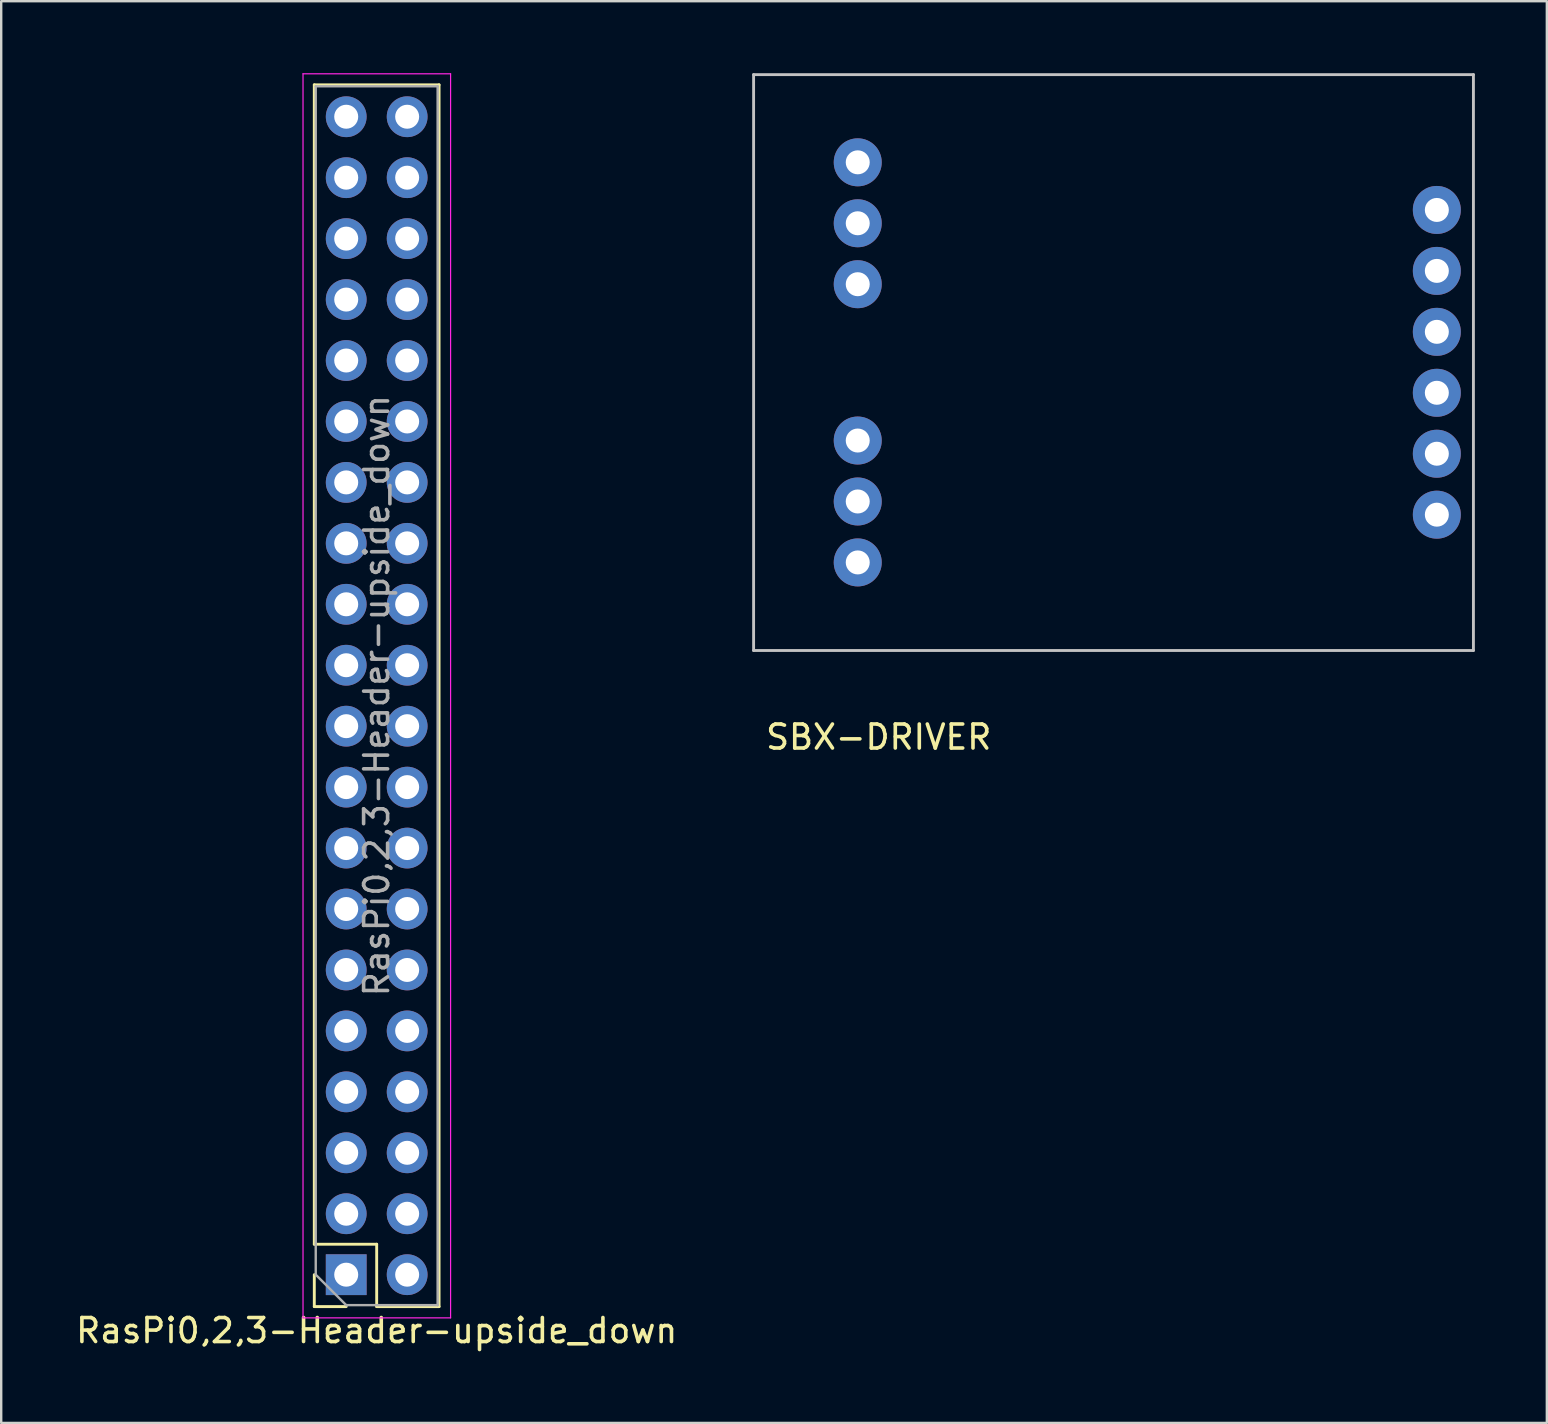
<source format=kicad_pcb>
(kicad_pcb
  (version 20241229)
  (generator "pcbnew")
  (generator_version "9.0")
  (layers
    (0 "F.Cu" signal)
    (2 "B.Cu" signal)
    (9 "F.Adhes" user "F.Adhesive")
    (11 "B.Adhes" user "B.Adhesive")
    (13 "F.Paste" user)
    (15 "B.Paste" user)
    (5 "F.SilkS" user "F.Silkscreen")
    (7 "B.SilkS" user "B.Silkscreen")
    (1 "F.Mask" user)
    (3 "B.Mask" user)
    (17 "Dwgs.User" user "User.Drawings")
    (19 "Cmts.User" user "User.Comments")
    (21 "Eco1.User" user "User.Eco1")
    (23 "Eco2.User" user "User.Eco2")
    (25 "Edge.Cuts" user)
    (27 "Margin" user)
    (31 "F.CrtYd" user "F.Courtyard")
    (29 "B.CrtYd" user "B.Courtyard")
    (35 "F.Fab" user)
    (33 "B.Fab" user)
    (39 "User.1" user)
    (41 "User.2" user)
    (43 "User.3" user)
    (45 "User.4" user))
  (footprint "RasPi0,2,3-Header-upside_down"
    (layer "F.Cu")
    (at 11.379 35.625)
    (property "Reference" "RasPi0,2,3-Header-upside_down" (at 1.27 16.78 180) (layer "F.SilkS") (effects (font (size 1 1) (thickness 0.15))))
    (attr through_hole)
    (fp_line (start -1.33 -35.14) (end 3.87 -35.14) (stroke (width 0.12) (type solid)) (layer "F.SilkS"))
    (fp_line (start -1.33 13.18) (end -1.33 -35.14) (stroke (width 0.12) (type solid)) (layer "F.SilkS"))
    (fp_line (start -1.33 13.18) (end 1.27 13.18) (stroke (width 0.12) (type solid)) (layer "F.SilkS"))
    (fp_line (start -1.33 14.45) (end -1.33 15.78) (stroke (width 0.12) (type solid)) (layer "F.SilkS"))
    (fp_line (start -1.33 15.78) (end 0 15.78) (stroke (width 0.12) (type solid)) (layer "F.SilkS"))
    (fp_line (start 1.27 13.18) (end 1.27 15.78) (stroke (width 0.12) (type solid)) (layer "F.SilkS"))
    (fp_line (start 1.27 15.78) (end 3.87 15.78) (stroke (width 0.12) (type solid)) (layer "F.SilkS"))
    (fp_line (start 3.87 15.78) (end 3.87 -35.14) (stroke (width 0.12) (type solid)) (layer "F.SilkS"))
    (fp_line (start -1.8 -35.6) (end 4.35 -35.6) (stroke (width 0.05) (type solid)) (layer "F.CrtYd"))
    (fp_line (start -1.8 16.25) (end -1.8 -35.6) (stroke (width 0.05) (type solid)) (layer "F.CrtYd"))
    (fp_line (start 4.35 -35.6) (end 4.35 16.25) (stroke (width 0.05) (type solid)) (layer "F.CrtYd"))
    (fp_line (start 4.35 16.25) (end -1.8 16.25) (stroke (width 0.05) (type solid)) (layer "F.CrtYd"))
    (fp_line (start -1.27 -35.08) (end -1.27 14.45) (stroke (width 0.1) (type solid)) (layer "F.Fab"))
    (fp_line (start -1.27 14.45) (end 0 15.72) (stroke (width 0.1) (type solid)) (layer "F.Fab"))
    (fp_line (start 0 15.72) (end 3.81 15.72) (stroke (width 0.1) (type solid)) (layer "F.Fab"))
    (fp_line (start 3.81 -35.08) (end -1.27 -35.08) (stroke (width 0.1) (type solid)) (layer "F.Fab"))
    (fp_line (start 3.81 15.72) (end 3.81 -35.08) (stroke (width 0.1) (type solid)) (layer "F.Fab"))
    (fp_text user "${REFERENCE}" (at 1.27 -9.68 270) (layer "F.Fab") (effects (font (size 1 1) (thickness 0.15))))
    (pad "1" thru_hole rect (at 0 14.45 180) (size 1.7 1.7) (drill 1) (layers "*.Cu" "*.Mask"))
    (pad "2" thru_hole oval (at 2.54 14.45 180) (size 1.7 1.7) (drill 1) (layers "*.Cu" "*.Mask"))
    (pad "3" thru_hole oval (at 0 11.91 180) (size 1.7 1.7) (drill 1) (layers "*.Cu" "*.Mask"))
    (pad "4" thru_hole oval (at 2.54 11.91 180) (size 1.7 1.7) (drill 1) (layers "*.Cu" "*.Mask"))
    (pad "5" thru_hole oval (at 0 9.37 180) (size 1.7 1.7) (drill 1) (layers "*.Cu" "*.Mask"))
    (pad "6" thru_hole oval (at 2.54 9.37 180) (size 1.7 1.7) (drill 1) (layers "*.Cu" "*.Mask"))
    (pad "7" thru_hole oval (at 0 6.83 180) (size 1.7 1.7) (drill 1) (layers "*.Cu" "*.Mask"))
    (pad "8" thru_hole oval (at 2.54 6.83 180) (size 1.7 1.7) (drill 1) (layers "*.Cu" "*.Mask"))
    (pad "9" thru_hole oval (at 0 4.29 180) (size 1.7 1.7) (drill 1) (layers "*.Cu" "*.Mask"))
    (pad "10" thru_hole oval (at 2.54 4.29 180) (size 1.7 1.7) (drill 1) (layers "*.Cu" "*.Mask"))
    (pad "11" thru_hole oval (at 0 1.75 180) (size 1.7 1.7) (drill 1) (layers "*.Cu" "*.Mask"))
    (pad "12" thru_hole oval (at 2.54 1.75 180) (size 1.7 1.7) (drill 1) (layers "*.Cu" "*.Mask"))
    (pad "13" thru_hole oval (at 0 -0.79 180) (size 1.7 1.7) (drill 1) (layers "*.Cu" "*.Mask"))
    (pad "14" thru_hole oval (at 2.54 -0.79 180) (size 1.7 1.7) (drill 1) (layers "*.Cu" "*.Mask"))
    (pad "15" thru_hole oval (at 0 -3.33 180) (size 1.7 1.7) (drill 1) (layers "*.Cu" "*.Mask"))
    (pad "16" thru_hole oval (at 2.54 -3.33 180) (size 1.7 1.7) (drill 1) (layers "*.Cu" "*.Mask"))
    (pad "17" thru_hole oval (at 0 -5.87 180) (size 1.7 1.7) (drill 1) (layers "*.Cu" "*.Mask"))
    (pad "18" thru_hole oval (at 2.54 -5.87 180) (size 1.7 1.7) (drill 1) (layers "*.Cu" "*.Mask"))
    (pad "19" thru_hole oval (at 0 -8.41 180) (size 1.7 1.7) (drill 1) (layers "*.Cu" "*.Mask"))
    (pad "20" thru_hole oval (at 2.54 -8.41 180) (size 1.7 1.7) (drill 1) (layers "*.Cu" "*.Mask"))
    (pad "21" thru_hole oval (at 0 -10.95 180) (size 1.7 1.7) (drill 1) (layers "*.Cu" "*.Mask"))
    (pad "22" thru_hole oval (at 2.54 -10.95 180) (size 1.7 1.7) (drill 1) (layers "*.Cu" "*.Mask"))
    (pad "23" thru_hole oval (at 0 -13.49 180) (size 1.7 1.7) (drill 1) (layers "*.Cu" "*.Mask"))
    (pad "24" thru_hole oval (at 2.54 -13.49 180) (size 1.7 1.7) (drill 1) (layers "*.Cu" "*.Mask"))
    (pad "25" thru_hole oval (at 0 -16.03 180) (size 1.7 1.7) (drill 1) (layers "*.Cu" "*.Mask"))
    (pad "26" thru_hole oval (at 2.54 -16.03 180) (size 1.7 1.7) (drill 1) (layers "*.Cu" "*.Mask"))
    (pad "27" thru_hole oval (at 0 -18.57 180) (size 1.7 1.7) (drill 1) (layers "*.Cu" "*.Mask"))
    (pad "28" thru_hole oval (at 2.54 -18.57 180) (size 1.7 1.7) (drill 1) (layers "*.Cu" "*.Mask"))
    (pad "29" thru_hole oval (at 0 -21.11 180) (size 1.7 1.7) (drill 1) (layers "*.Cu" "*.Mask"))
    (pad "30" thru_hole oval (at 2.54 -21.11 180) (size 1.7 1.7) (drill 1) (layers "*.Cu" "*.Mask"))
    (pad "31" thru_hole oval (at 0 -23.65 180) (size 1.7 1.7) (drill 1) (layers "*.Cu" "*.Mask"))
    (pad "32" thru_hole oval (at 2.54 -23.65 180) (size 1.7 1.7) (drill 1) (layers "*.Cu" "*.Mask"))
    (pad "33" thru_hole oval (at 0 -26.19 180) (size 1.7 1.7) (drill 1) (layers "*.Cu" "*.Mask"))
    (pad "34" thru_hole oval (at 2.54 -26.19 180) (size 1.7 1.7) (drill 1) (layers "*.Cu" "*.Mask"))
    (pad "35" thru_hole oval (at 0 -28.73 180) (size 1.7 1.7) (drill 1) (layers "*.Cu" "*.Mask"))
    (pad "36" thru_hole oval (at 2.54 -28.73 180) (size 1.7 1.7) (drill 1) (layers "*.Cu" "*.Mask"))
    (pad "37" thru_hole oval (at 0 -31.27 180) (size 1.7 1.7) (drill 1) (layers "*.Cu" "*.Mask"))
    (pad "38" thru_hole oval (at 2.54 -31.27 180) (size 1.7 1.7) (drill 1) (layers "*.Cu" "*.Mask"))
    (pad "39" thru_hole oval (at 0 -33.81 180) (size 1.7 1.7) (drill 1) (layers "*.Cu" "*.Mask"))
    (pad "40" thru_hole oval (at 2.54 -33.81 180) (size 1.7 1.7) (drill 1) (layers "*.Cu" "*.Mask")))
  (footprint "SBX-DRIVER"
    (layer "F.Cu")
    (at 32.733 12.06)
    (property "Reference" "SBX-DRIVER" (at 0.84 15.61 180) (layer "F.SilkS") (effects (font (size 1 1) (thickness 0.15))))
    (attr through_hole)
    (fp_line (start -4.375 -12) (end 25.625 -12) (stroke (width 0.12) (type solid)) (layer "Dwgs.User"))
    (fp_line (start -4.375 12) (end -4.375 -12) (stroke (width 0.12) (type solid)) (layer "Dwgs.User"))
    (fp_line (start 25.625 -12) (end 25.625 12) (stroke (width 0.12) (type solid)) (layer "Dwgs.User"))
    (fp_line (start 25.625 12) (end -4.375 12) (stroke (width 0.12) (type solid)) (layer "Dwgs.User"))
    (pad "" thru_hole oval (at -0.035 -5.805 180) (size 2 2) (drill 1) (layers "*.Cu" "*.Mask"))
    (pad "" thru_hole oval (at -0.035 5.79 180) (size 2 2) (drill 1) (layers "*.Cu" "*.Mask"))
    (pad "1" thru_hole circle (at -0.035 8.33 180) (size 2 2) (drill 1) (layers "*.Cu" "*.Mask"))
    (pad "2" thru_hole oval (at -0.035 3.25 180) (size 2 2) (drill 1) (layers "*.Cu" "*.Mask"))
    (pad "3" thru_hole oval (at -0.035 -3.265 180) (size 2 2) (drill 1) (layers "*.Cu" "*.Mask"))
    (pad "4" thru_hole oval (at -0.035 -8.345 180) (size 2 2) (drill 1) (layers "*.Cu" "*.Mask"))
    (pad "5" thru_hole oval (at 24.1 -6.36 180) (size 2 2) (drill 1) (layers "*.Cu" "*.Mask"))
    (pad "6" thru_hole oval (at 24.1 -3.82 180) (size 2 2) (drill 1) (layers "*.Cu" "*.Mask"))
    (pad "7" thru_hole oval (at 24.1 -1.28 180) (size 2 2) (drill 1) (layers "*.Cu" "*.Mask"))
    (pad "8" thru_hole oval (at 24.1 1.26 180) (size 2 2) (drill 1) (layers "*.Cu" "*.Mask"))
    (pad "9" thru_hole oval (at 24.1 3.8 180) (size 2 2) (drill 1) (layers "*.Cu" "*.Mask"))
    (pad "10" thru_hole circle (at 24.1 6.34 180) (size 2 2) (drill 1) (layers "*.Cu" "*.Mask")))
  (gr_rect
    (start -3 -3)
    (end 61.418 56.253)
    (stroke (width 0.1) (type default))
    (fill no)
    (layer "Edge.Cuts")))
</source>
